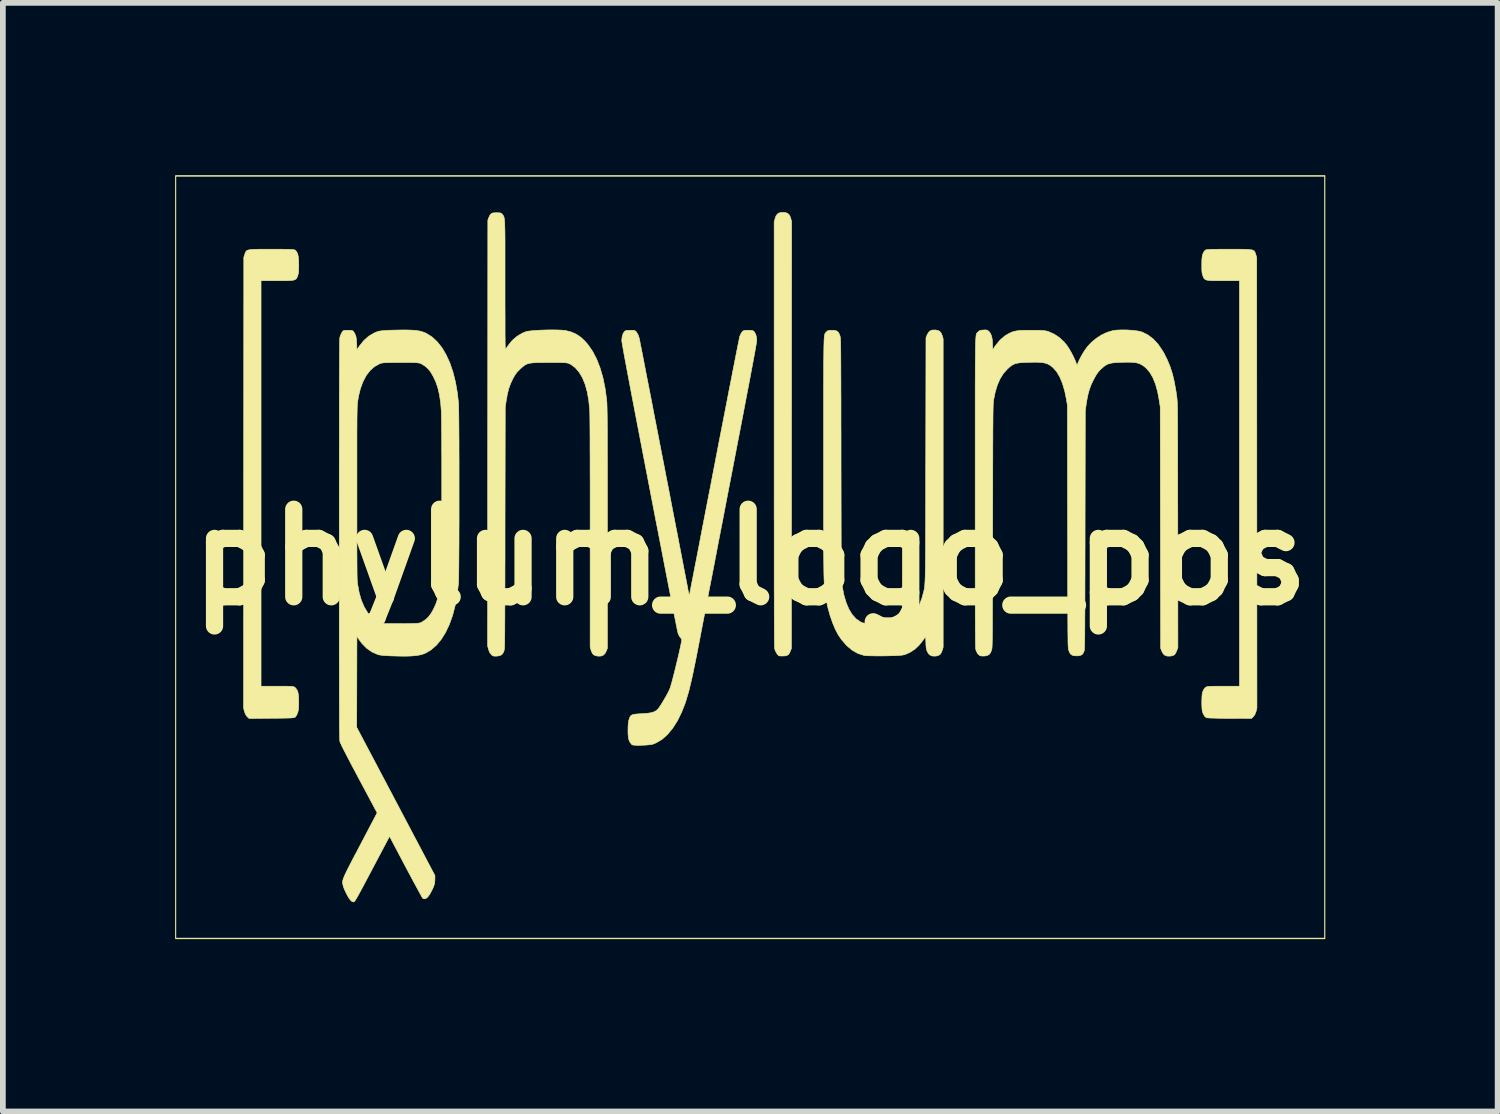
<source format=kicad_pcb>
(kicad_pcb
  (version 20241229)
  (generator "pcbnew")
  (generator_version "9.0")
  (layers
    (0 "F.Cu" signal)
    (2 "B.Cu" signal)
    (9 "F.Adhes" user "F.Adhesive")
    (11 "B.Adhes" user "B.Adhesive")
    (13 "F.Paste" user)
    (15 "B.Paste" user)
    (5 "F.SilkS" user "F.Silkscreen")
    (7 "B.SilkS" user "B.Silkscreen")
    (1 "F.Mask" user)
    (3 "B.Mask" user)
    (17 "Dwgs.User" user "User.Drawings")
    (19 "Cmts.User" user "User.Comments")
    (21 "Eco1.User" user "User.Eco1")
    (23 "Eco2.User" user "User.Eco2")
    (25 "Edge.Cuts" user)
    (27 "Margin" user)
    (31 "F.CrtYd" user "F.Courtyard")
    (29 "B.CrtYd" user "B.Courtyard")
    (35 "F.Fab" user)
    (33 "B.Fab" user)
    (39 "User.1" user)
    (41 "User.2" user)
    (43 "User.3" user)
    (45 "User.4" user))
  (footprint "phylum_logo_pos"
    (layer "F.Cu")
    (at 10.01 6.649)
    (property "Reference" "phylum_logo_pos" (at 0 0 0) (layer "F.SilkS") (effects (font (size 1.524 1.524) (thickness 0.3))))
    (attr through_hole)
    (fp_poly (pts (xy 10.005 6.644) (xy -10.005 6.644) (xy -10.005 -6.631) (xy -9.998 -6.631) (xy -9.998 6.631) (xy 9.998 6.631) (xy 9.998 -6.631) (xy -9.998 -6.631) (xy -10.005 -6.631) (xy -10.005 -6.644) (xy 10.005 -6.644) (xy 10.005 6.644)) (stroke (width 0.01) (type solid)) (fill yes) (layer "F.SilkS"))
    (fp_poly (pts (xy 0.616 -5.998) (xy 0.652 -5.984) (xy 0.678 -5.959) (xy 0.698 -5.921) (xy 0.705 -5.897) (xy 0.72 -5.843) (xy 0.718 -2.127) (xy 0.716 1.589) (xy 0.702 1.626) (xy 0.684 1.666) (xy 0.667 1.692) (xy 0.645 1.708) (xy 0.617 1.717) (xy 0.58 1.72) (xy 0.549 1.72) (xy 0.522 1.72) (xy 0.503 1.717) (xy 0.497 1.716) (xy 0.474 1.694) (xy 0.45 1.657) (xy 0.431 1.614) (xy 0.426 1.596) (xy 0.425 1.589) (xy 0.424 1.574) (xy 0.423 1.553) (xy 0.422 1.523) (xy 0.422 1.484) (xy 0.421 1.435) (xy 0.42 1.376) (xy 0.42 1.304) (xy 0.419 1.22) (xy 0.419 1.122) (xy 0.418 1.01) (xy 0.418 0.882) (xy 0.418 0.739) (xy 0.417 0.578) (xy 0.417 0.399) (xy 0.417 0.202) (xy 0.417 -0.016) (xy 0.417 -0.253) (xy 0.417 -0.513) (xy 0.416 -0.795) (xy 0.416 -1.1) (xy 0.416 -1.429) (xy 0.416 -1.783) (xy 0.416 -2.141) (xy 0.416 -5.834) (xy 0.431 -5.89) (xy 0.447 -5.938) (xy 0.47 -5.971) (xy 0.501 -5.992) (xy 0.542 -6.001) (xy 0.568 -6.002) (xy 0.616 -5.998)) (stroke (width 0.01) (type solid)) (fill yes) (layer "F.SilkS"))
    (fp_poly (pts (xy 8.5 -5.361) (xy 8.564 -5.36) (xy 8.617 -5.359) (xy 8.661 -5.357) (xy 8.696 -5.354) (xy 8.724 -5.35) (xy 8.745 -5.345) (xy 8.761 -5.338) (xy 8.773 -5.328) (xy 8.781 -5.317) (xy 8.788 -5.304) (xy 8.794 -5.288) (xy 8.8 -5.269) (xy 8.816 -5.22) (xy 8.818 -1.296) (xy 8.82 2.628) (xy 8.804 2.687) (xy 8.785 2.738) (xy 8.76 2.774) (xy 8.756 2.777) (xy 8.725 2.807) (xy 8.343 2.806) (xy 8.271 2.806) (xy 8.202 2.805) (xy 8.138 2.804) (xy 8.08 2.802) (xy 8.03 2.801) (xy 7.99 2.799) (xy 7.96 2.797) (xy 7.943 2.795) (xy 7.939 2.794) (xy 7.91 2.769) (xy 7.884 2.724) (xy 7.87 2.684) (xy 7.864 2.646) (xy 7.861 2.583) (xy 7.86 2.524) (xy 7.862 2.441) (xy 7.867 2.38) (xy 7.879 2.335) (xy 7.897 2.3) (xy 7.916 2.276) (xy 7.924 2.269) (xy 7.932 2.263) (xy 7.941 2.258) (xy 7.954 2.254) (xy 7.97 2.251) (xy 7.992 2.249) (xy 8.021 2.247) (xy 8.059 2.247) (xy 8.107 2.246) (xy 8.166 2.246) (xy 8.231 2.246) (xy 8.516 2.246) (xy 8.516 -4.813) (xy 8.228 -4.813) (xy 8.153 -4.813) (xy 8.091 -4.813) (xy 8.039 -4.814) (xy 7.998 -4.816) (xy 7.966 -4.82) (xy 7.941 -4.825) (xy 7.923 -4.832) (xy 7.909 -4.842) (xy 7.898 -4.855) (xy 7.889 -4.871) (xy 7.882 -4.89) (xy 7.876 -4.906) (xy 7.868 -4.93) (xy 7.864 -4.956) (xy 7.861 -4.991) (xy 7.86 -5.042) (xy 7.86 -5.085) (xy 7.861 -5.167) (xy 7.866 -5.228) (xy 7.876 -5.273) (xy 7.892 -5.308) (xy 7.911 -5.334) (xy 7.916 -5.34) (xy 7.922 -5.345) (xy 7.931 -5.349) (xy 7.942 -5.352) (xy 7.957 -5.354) (xy 7.978 -5.356) (xy 8.006 -5.358) (xy 8.041 -5.359) (xy 8.085 -5.36) (xy 8.139 -5.36) (xy 8.204 -5.361) (xy 8.282 -5.361) (xy 8.335 -5.361) (xy 8.424 -5.361) (xy 8.5 -5.361)) (stroke (width 0.01) (type solid)) (fill yes) (layer "F.SilkS"))
    (fp_poly (pts (xy -8.335 -5.361) (xy -8.25 -5.361) (xy -8.177 -5.361) (xy -8.117 -5.36) (xy -8.067 -5.36) (xy -8.026 -5.359) (xy -7.994 -5.357) (xy -7.969 -5.356) (xy -7.951 -5.353) (xy -7.937 -5.351) (xy -7.927 -5.347) (xy -7.92 -5.343) (xy -7.914 -5.338) (xy -7.911 -5.334) (xy -7.889 -5.304) (xy -7.875 -5.268) (xy -7.866 -5.221) (xy -7.861 -5.158) (xy -7.86 -5.085) (xy -7.86 -5.021) (xy -7.862 -4.977) (xy -7.865 -4.945) (xy -7.871 -4.921) (xy -7.876 -4.905) (xy -7.884 -4.883) (xy -7.891 -4.865) (xy -7.9 -4.85) (xy -7.912 -4.839) (xy -7.927 -4.83) (xy -7.948 -4.823) (xy -7.975 -4.819) (xy -8.01 -4.816) (xy -8.054 -4.814) (xy -8.109 -4.813) (xy -8.175 -4.813) (xy -8.229 -4.813) (xy -8.516 -4.813) (xy -8.516 2.246) (xy -8.231 2.246) (xy -8.161 2.246) (xy -8.102 2.246) (xy -8.056 2.247) (xy -8.019 2.247) (xy -7.99 2.249) (xy -7.968 2.251) (xy -7.952 2.254) (xy -7.94 2.258) (xy -7.931 2.263) (xy -7.924 2.269) (xy -7.916 2.276) (xy -7.893 2.305) (xy -7.877 2.341) (xy -7.866 2.388) (xy -7.861 2.451) (xy -7.86 2.528) (xy -7.861 2.606) (xy -7.867 2.664) (xy -7.878 2.709) (xy -7.895 2.747) (xy -7.912 2.773) (xy -7.916 2.779) (xy -7.921 2.784) (xy -7.928 2.788) (xy -7.938 2.792) (xy -7.953 2.794) (xy -7.972 2.797) (xy -7.998 2.799) (xy -8.031 2.8) (xy -8.073 2.801) (xy -8.125 2.802) (xy -8.188 2.803) (xy -8.263 2.804) (xy -8.328 2.804) (xy -8.724 2.808) (xy -8.756 2.778) (xy -8.783 2.743) (xy -8.802 2.695) (xy -8.804 2.687) (xy -8.82 2.628) (xy -8.816 -5.22) (xy -8.8 -5.269) (xy -8.794 -5.288) (xy -8.788 -5.304) (xy -8.781 -5.317) (xy -8.772 -5.329) (xy -8.761 -5.338) (xy -8.745 -5.345) (xy -8.724 -5.35) (xy -8.696 -5.354) (xy -8.661 -5.357) (xy -8.617 -5.359) (xy -8.564 -5.36) (xy -8.5 -5.361) (xy -8.424 -5.361) (xy -8.335 -5.361)) (stroke (width 0.01) (type solid)) (fill yes) (layer "F.SilkS"))
    (fp_poly (pts (xy 3.222 -3.955) (xy 3.265 -3.947) (xy 3.296 -3.933) (xy 3.319 -3.908) (xy 3.337 -3.87) (xy 3.344 -3.849) (xy 3.358 -3.8) (xy 3.358 1.567) (xy 3.344 1.617) (xy 3.327 1.66) (xy 3.307 1.69) (xy 3.28 1.709) (xy 3.242 1.72) (xy 3.222 1.722) (xy 3.173 1.721) (xy 3.134 1.708) (xy 3.103 1.681) (xy 3.08 1.639) (xy 3.078 1.636) (xy 3.068 1.606) (xy 3.062 1.573) (xy 3.058 1.528) (xy 3.057 1.485) (xy 3.053 1.381) (xy 3.003 1.452) (xy 2.935 1.537) (xy 2.861 1.605) (xy 2.778 1.658) (xy 2.699 1.693) (xy 2.681 1.698) (xy 2.659 1.703) (xy 2.631 1.707) (xy 2.595 1.71) (xy 2.552 1.713) (xy 2.499 1.715) (xy 2.434 1.716) (xy 2.357 1.718) (xy 2.342 1.718) (xy 2.276 1.719) (xy 2.212 1.719) (xy 2.152 1.718) (xy 2.098 1.717) (xy 2.051 1.716) (xy 2.014 1.714) (xy 1.989 1.712) (xy 1.983 1.711) (xy 1.876 1.677) (xy 1.774 1.619) (xy 1.679 1.539) (xy 1.59 1.437) (xy 1.532 1.352) (xy 1.483 1.26) (xy 1.435 1.146) (xy 1.391 1.02) (xy 1.353 0.885) (xy 1.324 0.751) (xy 1.317 0.715) (xy 1.312 0.684) (xy 1.307 0.655) (xy 1.303 0.627) (xy 1.299 0.599) (xy 1.296 0.57) (xy 1.293 0.538) (xy 1.29 0.502) (xy 1.288 0.46) (xy 1.286 0.411) (xy 1.284 0.355) (xy 1.282 0.288) (xy 1.281 0.211) (xy 1.28 0.122) (xy 1.279 0.02) (xy 1.278 -0.098) (xy 1.278 -0.231) (xy 1.278 -0.382) (xy 1.277 -0.552) (xy 1.277 -0.742) (xy 1.277 -0.953) (xy 1.277 -1.188) (xy 1.277 -1.446) (xy 1.277 -1.722) (xy 1.277 -2.002) (xy 1.277 -2.257) (xy 1.277 -2.488) (xy 1.277 -2.695) (xy 1.277 -2.881) (xy 1.277 -3.047) (xy 1.278 -3.193) (xy 1.278 -3.321) (xy 1.279 -3.432) (xy 1.28 -3.527) (xy 1.281 -3.609) (xy 1.282 -3.677) (xy 1.284 -3.733) (xy 1.285 -3.779) (xy 1.288 -3.815) (xy 1.29 -3.843) (xy 1.293 -3.864) (xy 1.297 -3.88) (xy 1.301 -3.891) (xy 1.305 -3.899) (xy 1.31 -3.905) (xy 1.315 -3.91) (xy 1.321 -3.916) (xy 1.325 -3.92) (xy 1.339 -3.934) (xy 1.353 -3.943) (xy 1.372 -3.948) (xy 1.399 -3.95) (xy 1.425 -3.95) (xy 1.47 -3.948) (xy 1.503 -3.938) (xy 1.528 -3.92) (xy 1.547 -3.891) (xy 1.563 -3.85) (xy 1.564 -3.843) (xy 1.566 -3.836) (xy 1.568 -3.826) (xy 1.569 -3.813) (xy 1.57 -3.796) (xy 1.572 -3.772) (xy 1.573 -3.742) (xy 1.573 -3.702) (xy 1.574 -3.653) (xy 1.575 -3.593) (xy 1.576 -3.521) (xy 1.576 -3.436) (xy 1.577 -3.335) (xy 1.577 -3.219) (xy 1.578 -3.085) (xy 1.578 -2.933) (xy 1.579 -2.761) (xy 1.579 -2.568) (xy 1.579 -2.353) (xy 1.58 -2.114) (xy 1.58 -1.85) (xy 1.58 -1.704) (xy 1.584 0.394) (xy 1.6 0.501) (xy 1.629 0.654) (xy 1.668 0.788) (xy 1.716 0.903) (xy 1.774 0.998) (xy 1.84 1.072) (xy 1.916 1.125) (xy 1.93 1.132) (xy 1.943 1.138) (xy 1.957 1.143) (xy 1.974 1.147) (xy 1.995 1.15) (xy 2.021 1.152) (xy 2.054 1.154) (xy 2.095 1.155) (xy 2.145 1.156) (xy 2.207 1.156) (xy 2.281 1.156) (xy 2.304 1.156) (xy 2.38 1.156) (xy 2.444 1.156) (xy 2.496 1.155) (xy 2.539 1.154) (xy 2.573 1.153) (xy 2.6 1.151) (xy 2.621 1.148) (xy 2.639 1.145) (xy 2.653 1.14) (xy 2.667 1.135) (xy 2.68 1.128) (xy 2.685 1.126) (xy 2.762 1.073) (xy 2.833 1.004) (xy 2.895 0.92) (xy 2.947 0.823) (xy 2.988 0.716) (xy 2.999 0.677) (xy 3.005 0.651) (xy 3.012 0.629) (xy 3.017 0.608) (xy 3.022 0.588) (xy 3.027 0.567) (xy 3.031 0.544) (xy 3.035 0.518) (xy 3.038 0.487) (xy 3.04 0.451) (xy 3.043 0.407) (xy 3.045 0.354) (xy 3.047 0.292) (xy 3.048 0.218) (xy 3.049 0.132) (xy 3.05 0.033) (xy 3.051 -0.082) (xy 3.052 -0.213) (xy 3.052 -0.362) (xy 3.053 -0.529) (xy 3.053 -0.717) (xy 3.054 -0.926) (xy 3.054 -1.158) (xy 3.054 -1.414) (xy 3.055 -1.695) (xy 3.055 -1.706) (xy 3.059 -3.819) (xy 3.078 -3.867) (xy 3.101 -3.91) (xy 3.13 -3.939) (xy 3.168 -3.953) (xy 3.215 -3.955) (xy 3.222 -3.955)) (stroke (width 0.01) (type solid)) (fill yes) (layer "F.SilkS"))
    (fp_poly (pts (xy -4.382 -5.995) (xy -4.357 -5.993) (xy -4.339 -5.989) (xy -4.327 -5.981) (xy -4.316 -5.969) (xy -4.314 -5.966) (xy -4.306 -5.956) (xy -4.299 -5.946) (xy -4.293 -5.936) (xy -4.288 -5.923) (xy -4.284 -5.906) (xy -4.28 -5.883) (xy -4.277 -5.852) (xy -4.274 -5.812) (xy -4.273 -5.76) (xy -4.271 -5.696) (xy -4.27 -5.617) (xy -4.269 -5.522) (xy -4.269 -5.409) (xy -4.269 -5.276) (xy -4.269 -5.121) (xy -4.269 -4.943) (xy -4.269 -4.741) (xy -4.269 -4.725) (xy -4.269 -4.527) (xy -4.269 -4.353) (xy -4.268 -4.203) (xy -4.268 -4.074) (xy -4.268 -3.966) (xy -4.268 -3.876) (xy -4.267 -3.803) (xy -4.267 -3.744) (xy -4.266 -3.7) (xy -4.265 -3.667) (xy -4.264 -3.645) (xy -4.262 -3.631) (xy -4.261 -3.624) (xy -4.259 -3.622) (xy -4.256 -3.623) (xy -4.256 -3.625) (xy -4.243 -3.643) (xy -4.224 -3.67) (xy -4.208 -3.693) (xy -4.14 -3.776) (xy -4.061 -3.844) (xy -3.971 -3.898) (xy -3.909 -3.924) (xy -3.884 -3.931) (xy -3.847 -3.936) (xy -3.8 -3.941) (xy -3.745 -3.946) (xy -3.684 -3.95) (xy -3.619 -3.953) (xy -3.552 -3.955) (xy -3.484 -3.956) (xy -3.419 -3.956) (xy -3.358 -3.955) (xy -3.303 -3.953) (xy -3.256 -3.95) (xy -3.219 -3.946) (xy -3.214 -3.945) (xy -3.117 -3.92) (xy -3.03 -3.882) (xy -2.95 -3.828) (xy -2.873 -3.756) (xy -2.822 -3.696) (xy -2.743 -3.581) (xy -2.673 -3.447) (xy -2.614 -3.294) (xy -2.565 -3.126) (xy -2.527 -2.941) (xy -2.5 -2.742) (xy -2.499 -2.734) (xy -2.498 -2.716) (xy -2.496 -2.696) (xy -2.495 -2.673) (xy -2.494 -2.644) (xy -2.493 -2.609) (xy -2.492 -2.566) (xy -2.491 -2.515) (xy -2.49 -2.453) (xy -2.489 -2.379) (xy -2.489 -2.293) (xy -2.488 -2.193) (xy -2.488 -2.077) (xy -2.488 -1.945) (xy -2.488 -1.795) (xy -2.487 -1.625) (xy -2.487 -1.435) (xy -2.487 -1.223) (xy -2.487 -0.988) (xy -2.487 -0.728) (xy -2.487 -0.514) (xy -2.487 1.586) (xy -2.506 1.634) (xy -2.529 1.678) (xy -2.559 1.706) (xy -2.596 1.721) (xy -2.644 1.723) (xy -2.651 1.722) (xy -2.693 1.715) (xy -2.725 1.7) (xy -2.748 1.675) (xy -2.765 1.638) (xy -2.772 1.617) (xy -2.787 1.567) (xy -2.787 -0.437) (xy -2.787 -0.735) (xy -2.787 -1.014) (xy -2.787 -1.271) (xy -2.788 -1.506) (xy -2.788 -1.719) (xy -2.789 -1.909) (xy -2.789 -2.076) (xy -2.79 -2.22) (xy -2.791 -2.338) (xy -2.792 -2.432) (xy -2.793 -2.501) (xy -2.794 -2.543) (xy -2.794 -2.554) (xy -2.811 -2.723) (xy -2.837 -2.875) (xy -2.874 -3.008) (xy -2.921 -3.123) (xy -2.978 -3.219) (xy -3.044 -3.296) (xy -3.12 -3.353) (xy -3.129 -3.358) (xy -3.143 -3.365) (xy -3.156 -3.371) (xy -3.169 -3.376) (xy -3.185 -3.38) (xy -3.204 -3.383) (xy -3.228 -3.385) (xy -3.258 -3.387) (xy -3.296 -3.388) (xy -3.343 -3.388) (xy -3.401 -3.389) (xy -3.471 -3.389) (xy -3.51 -3.389) (xy -3.592 -3.388) (xy -3.662 -3.388) (xy -3.721 -3.387) (xy -3.77 -3.384) (xy -3.811 -3.38) (xy -3.845 -3.375) (xy -3.875 -3.367) (xy -3.901 -3.356) (xy -3.925 -3.342) (xy -3.948 -3.326) (xy -3.972 -3.305) (xy -4 -3.281) (xy -4.014 -3.267) (xy -4.052 -3.229) (xy -4.083 -3.19) (xy -4.112 -3.144) (xy -4.134 -3.103) (xy -4.173 -3.02) (xy -4.204 -2.934) (xy -4.228 -2.838) (xy -4.248 -2.724) (xy -4.249 -2.718) (xy -4.265 -2.614) (xy -4.269 -0.515) (xy -4.269 -0.237) (xy -4.269 0.014) (xy -4.27 0.242) (xy -4.27 0.447) (xy -4.271 0.629) (xy -4.271 0.792) (xy -4.272 0.935) (xy -4.272 1.06) (xy -4.273 1.169) (xy -4.273 1.262) (xy -4.274 1.341) (xy -4.275 1.407) (xy -4.275 1.461) (xy -4.276 1.505) (xy -4.277 1.54) (xy -4.278 1.567) (xy -4.279 1.587) (xy -4.281 1.602) (xy -4.282 1.612) (xy -4.284 1.62) (xy -4.285 1.626) (xy -4.301 1.665) (xy -4.321 1.692) (xy -4.347 1.709) (xy -4.384 1.719) (xy -4.41 1.722) (xy -4.443 1.723) (xy -4.466 1.721) (xy -4.484 1.715) (xy -4.5 1.704) (xy -4.508 1.695) (xy -4.536 1.659) (xy -4.555 1.609) (xy -4.556 1.605) (xy -4.572 1.545) (xy -4.57 -2.161) (xy -4.568 -5.867) (xy -4.554 -5.904) (xy -4.538 -5.941) (xy -4.522 -5.967) (xy -4.504 -5.983) (xy -4.48 -5.992) (xy -4.448 -5.995) (xy -4.418 -5.996) (xy -4.382 -5.995)) (stroke (width 0.01) (type solid)) (fill yes) (layer "F.SilkS"))
    (fp_poly (pts (xy 0.002 -3.95) (xy 0.029 -3.947) (xy 0.047 -3.941) (xy 0.061 -3.932) (xy 0.068 -3.925) (xy 0.095 -3.88) (xy 0.11 -3.821) (xy 0.113 -3.772) (xy 0.111 -3.755) (xy 0.106 -3.72) (xy 0.097 -3.667) (xy 0.084 -3.594) (xy 0.067 -3.501) (xy 0.046 -3.388) (xy 0.021 -3.255) (xy -0.008 -3.1) (xy -0.042 -2.923) (xy -0.08 -2.725) (xy -0.122 -2.503) (xy -0.169 -2.258) (xy -0.221 -1.99) (xy -0.277 -1.698) (xy -0.325 -1.448) (xy -0.373 -1.202) (xy -0.42 -0.957) (xy -0.466 -0.716) (xy -0.512 -0.479) (xy -0.557 -0.248) (xy -0.599 -0.026) (xy -0.64 0.187) (xy -0.679 0.388) (xy -0.716 0.576) (xy -0.749 0.75) (xy -0.779 0.907) (xy -0.806 1.046) (xy -0.829 1.165) (xy -0.848 1.263) (xy -0.862 1.337) (xy -0.864 1.35) (xy -0.898 1.524) (xy -0.927 1.676) (xy -0.953 1.807) (xy -0.977 1.921) (xy -0.997 2.02) (xy -1.016 2.107) (xy -1.034 2.185) (xy -1.051 2.256) (xy -1.067 2.322) (xy -1.072 2.34) (xy -1.128 2.529) (xy -1.194 2.698) (xy -1.268 2.848) (xy -1.35 2.977) (xy -1.439 3.085) (xy -1.534 3.17) (xy -1.636 3.231) (xy -1.696 3.255) (xy -1.72 3.261) (xy -1.753 3.265) (xy -1.793 3.269) (xy -1.838 3.272) (xy -1.884 3.274) (xy -1.93 3.275) (xy -1.972 3.275) (xy -2.009 3.273) (xy -2.038 3.271) (xy -2.056 3.266) (xy -2.06 3.264) (xy -2.092 3.224) (xy -2.114 3.176) (xy -2.122 3.136) (xy -2.127 3.078) (xy -2.128 3.011) (xy -2.127 2.943) (xy -2.122 2.883) (xy -2.114 2.838) (xy -2.113 2.836) (xy -2.103 2.805) (xy -2.094 2.782) (xy -2.083 2.764) (xy -2.068 2.751) (xy -2.048 2.742) (xy -2.021 2.735) (xy -1.985 2.731) (xy -1.938 2.727) (xy -1.892 2.725) (xy -1.825 2.72) (xy -1.769 2.715) (xy -1.724 2.707) (xy -1.688 2.697) (xy -1.658 2.684) (xy -1.633 2.668) (xy -1.614 2.652) (xy -1.594 2.628) (xy -1.567 2.589) (xy -1.535 2.539) (xy -1.502 2.483) (xy -1.468 2.426) (xy -1.438 2.37) (xy -1.413 2.32) (xy -1.396 2.282) (xy -1.392 2.27) (xy -1.378 2.222) (xy -1.36 2.158) (xy -1.34 2.081) (xy -1.318 1.996) (xy -1.296 1.906) (xy -1.274 1.814) (xy -1.252 1.725) (xy -1.233 1.642) (xy -1.217 1.567) (xy -1.204 1.506) (xy -1.195 1.462) (xy -1.192 1.438) (xy -1.198 1.423) (xy -1.212 1.403) (xy -1.218 1.397) (xy -1.237 1.369) (xy -1.255 1.33) (xy -1.259 1.317) (xy -1.263 1.3) (xy -1.272 1.258) (xy -1.285 1.194) (xy -1.302 1.108) (xy -1.323 1.002) (xy -1.348 0.877) (xy -1.376 0.734) (xy -1.407 0.575) (xy -1.441 0.4) (xy -1.478 0.212) (xy -1.517 0.01) (xy -1.558 -0.203) (xy -1.601 -0.426) (xy -1.647 -0.659) (xy -1.693 -0.899) (xy -1.741 -1.147) (xy -1.756 -1.227) (xy -1.819 -1.553) (xy -1.877 -1.854) (xy -1.93 -2.131) (xy -1.979 -2.384) (xy -2.023 -2.614) (xy -2.063 -2.822) (xy -2.098 -3.008) (xy -2.129 -3.172) (xy -2.156 -3.316) (xy -2.179 -3.438) (xy -2.198 -3.541) (xy -2.213 -3.625) (xy -2.224 -3.689) (xy -2.232 -3.735) (xy -2.236 -3.763) (xy -2.237 -3.772) (xy -2.23 -3.84) (xy -2.212 -3.895) (xy -2.192 -3.925) (xy -2.179 -3.937) (xy -2.164 -3.944) (xy -2.142 -3.948) (xy -2.112 -3.95) (xy -2.088 -3.95) (xy -2.052 -3.95) (xy -2.027 -3.948) (xy -2.01 -3.944) (xy -1.997 -3.935) (xy -1.984 -3.922) (xy -1.978 -3.914) (xy -1.952 -3.87) (xy -1.935 -3.821) (xy -1.931 -3.804) (xy -1.923 -3.764) (xy -1.911 -3.701) (xy -1.894 -3.618) (xy -1.874 -3.517) (xy -1.851 -3.397) (xy -1.825 -3.262) (xy -1.796 -3.113) (xy -1.764 -2.951) (xy -1.73 -2.777) (xy -1.695 -2.594) (xy -1.658 -2.402) (xy -1.619 -2.204) (xy -1.58 -2.001) (xy -1.54 -1.795) (xy -1.499 -1.586) (xy -1.459 -1.377) (xy -1.418 -1.169) (xy -1.379 -0.963) (xy -1.34 -0.762) (xy -1.302 -0.566) (xy -1.265 -0.378) (xy -1.231 -0.198) (xy -1.198 -0.029) (xy -1.168 0.128) (xy -1.14 0.273) (xy -1.115 0.402) (xy -1.093 0.515) (xy -1.085 0.561) (xy -1.074 0.615) (xy -1.067 0.646) (xy -1.063 0.658) (xy -1.059 0.655) (xy -1.055 0.639) (xy -1.054 0.635) (xy -1.051 0.618) (xy -1.043 0.578) (xy -1.031 0.515) (xy -1.015 0.431) (xy -0.994 0.327) (xy -0.971 0.204) (xy -0.943 0.064) (xy -0.913 -0.092) (xy -0.88 -0.263) (xy -0.845 -0.447) (xy -0.807 -0.643) (xy -0.767 -0.85) (xy -0.725 -1.066) (xy -0.681 -1.291) (xy -0.637 -1.523) (xy -0.621 -1.604) (xy -0.576 -1.838) (xy -0.532 -2.065) (xy -0.489 -2.285) (xy -0.448 -2.495) (xy -0.409 -2.696) (xy -0.373 -2.884) (xy -0.338 -3.06) (xy -0.307 -3.221) (xy -0.278 -3.367) (xy -0.253 -3.496) (xy -0.231 -3.607) (xy -0.213 -3.699) (xy -0.198 -3.769) (xy -0.189 -3.818) (xy -0.183 -3.843) (xy -0.182 -3.846) (xy -0.167 -3.881) (xy -0.147 -3.914) (xy -0.143 -3.92) (xy -0.13 -3.933) (xy -0.116 -3.942) (xy -0.099 -3.947) (xy -0.074 -3.95) (xy -0.039 -3.95) (xy -0.035 -3.95) (xy 0.002 -3.95)) (stroke (width 0.01) (type solid)) (fill yes) (layer "F.SilkS"))
    (fp_poly (pts (xy 6.558 -3.955) (xy 6.623 -3.951) (xy 6.685 -3.945) (xy 6.741 -3.938) (xy 6.789 -3.928) (xy 6.825 -3.917) (xy 6.826 -3.917) (xy 6.924 -3.867) (xy 7.013 -3.8) (xy 7.094 -3.714) (xy 7.168 -3.607) (xy 7.201 -3.553) (xy 7.259 -3.437) (xy 7.308 -3.318) (xy 7.349 -3.191) (xy 7.382 -3.05) (xy 7.411 -2.891) (xy 7.425 -2.794) (xy 7.427 -2.779) (xy 7.428 -2.764) (xy 7.43 -2.747) (xy 7.431 -2.728) (xy 7.433 -2.705) (xy 7.434 -2.677) (xy 7.435 -2.642) (xy 7.436 -2.6) (xy 7.437 -2.548) (xy 7.437 -2.487) (xy 7.438 -2.413) (xy 7.439 -2.327) (xy 7.439 -2.226) (xy 7.439 -2.11) (xy 7.44 -1.977) (xy 7.44 -1.827) (xy 7.44 -1.656) (xy 7.441 -1.465) (xy 7.441 -1.252) (xy 7.441 -1.016) (xy 7.442 -0.756) (xy 7.442 -0.554) (xy 7.444 1.573) (xy 7.428 1.617) (xy 7.41 1.661) (xy 7.391 1.691) (xy 7.368 1.709) (xy 7.337 1.718) (xy 7.309 1.722) (xy 7.26 1.722) (xy 7.221 1.71) (xy 7.191 1.685) (xy 7.168 1.645) (xy 7.163 1.634) (xy 7.144 1.586) (xy 7.14 -0.514) (xy 7.137 -2.614) (xy 7.121 -2.72) (xy 7.092 -2.877) (xy 7.055 -3.011) (xy 7.009 -3.125) (xy 6.954 -3.219) (xy 6.89 -3.293) (xy 6.845 -3.329) (xy 6.815 -3.348) (xy 6.785 -3.364) (xy 6.754 -3.375) (xy 6.719 -3.384) (xy 6.679 -3.39) (xy 6.631 -3.393) (xy 6.574 -3.394) (xy 6.505 -3.393) (xy 6.476 -3.392) (xy 6.407 -3.39) (xy 6.35 -3.386) (xy 6.303 -3.381) (xy 6.264 -3.373) (xy 6.23 -3.363) (xy 6.199 -3.348) (xy 6.169 -3.329) (xy 6.139 -3.304) (xy 6.105 -3.274) (xy 6.103 -3.272) (xy 6.073 -3.242) (xy 6.046 -3.209) (xy 6.02 -3.169) (xy 5.99 -3.116) (xy 5.979 -3.095) (xy 5.935 -3.005) (xy 5.902 -2.915) (xy 5.876 -2.819) (xy 5.855 -2.708) (xy 5.848 -2.66) (xy 5.832 -2.547) (xy 5.828 -0.475) (xy 5.828 -0.199) (xy 5.827 0.051) (xy 5.827 0.276) (xy 5.826 0.479) (xy 5.826 0.66) (xy 5.825 0.821) (xy 5.825 0.962) (xy 5.824 1.086) (xy 5.824 1.192) (xy 5.823 1.284) (xy 5.823 1.361) (xy 5.822 1.426) (xy 5.821 1.479) (xy 5.82 1.521) (xy 5.819 1.555) (xy 5.818 1.58) (xy 5.817 1.6) (xy 5.816 1.613) (xy 5.814 1.623) (xy 5.813 1.63) (xy 5.811 1.635) (xy 5.796 1.67) (xy 5.778 1.694) (xy 5.753 1.708) (xy 5.721 1.716) (xy 5.68 1.718) (xy 5.635 1.715) (xy 5.602 1.705) (xy 5.577 1.687) (xy 5.558 1.658) (xy 5.542 1.617) (xy 5.54 1.611) (xy 5.539 1.603) (xy 5.537 1.594) (xy 5.536 1.581) (xy 5.535 1.563) (xy 5.533 1.54) (xy 5.532 1.509) (xy 5.531 1.47) (xy 5.531 1.421) (xy 5.53 1.361) (xy 5.529 1.289) (xy 5.529 1.204) (xy 5.528 1.103) (xy 5.528 0.987) (xy 5.527 0.854) (xy 5.527 0.702) (xy 5.526 0.53) (xy 5.526 0.337) (xy 5.526 0.122) (xy 5.525 -0.116) (xy 5.525 -0.38) (xy 5.524 -0.535) (xy 5.521 -2.64) (xy 5.505 -2.741) (xy 5.474 -2.892) (xy 5.435 -3.024) (xy 5.388 -3.137) (xy 5.334 -3.228) (xy 5.276 -3.295) (xy 5.244 -3.322) (xy 5.213 -3.344) (xy 5.182 -3.361) (xy 5.148 -3.374) (xy 5.11 -3.383) (xy 5.065 -3.389) (xy 5.012 -3.393) (xy 4.948 -3.394) (xy 4.873 -3.392) (xy 4.865 -3.392) (xy 4.794 -3.39) (xy 4.735 -3.387) (xy 4.686 -3.383) (xy 4.645 -3.376) (xy 4.61 -3.367) (xy 4.58 -3.355) (xy 4.552 -3.338) (xy 4.524 -3.318) (xy 4.494 -3.292) (xy 4.477 -3.276) (xy 4.407 -3.198) (xy 4.349 -3.105) (xy 4.301 -2.996) (xy 4.263 -2.868) (xy 4.236 -2.732) (xy 4.234 -2.72) (xy 4.233 -2.706) (xy 4.231 -2.689) (xy 4.23 -2.667) (xy 4.229 -2.638) (xy 4.228 -2.603) (xy 4.227 -2.558) (xy 4.226 -2.504) (xy 4.225 -2.438) (xy 4.225 -2.361) (xy 4.224 -2.269) (xy 4.223 -2.162) (xy 4.223 -2.039) (xy 4.222 -1.899) (xy 4.222 -1.74) (xy 4.221 -1.56) (xy 4.221 -1.36) (xy 4.221 -1.137) (xy 4.22 -0.89) (xy 4.22 -0.617) (xy 4.219 -0.541) (xy 4.219 -0.263) (xy 4.218 -0.011) (xy 4.218 0.217) (xy 4.218 0.422) (xy 4.217 0.606) (xy 4.217 0.769) (xy 4.216 0.913) (xy 4.216 1.039) (xy 4.215 1.148) (xy 4.215 1.242) (xy 4.214 1.321) (xy 4.214 1.388) (xy 4.213 1.443) (xy 4.212 1.488) (xy 4.211 1.523) (xy 4.21 1.551) (xy 4.209 1.571) (xy 4.207 1.587) (xy 4.206 1.598) (xy 4.204 1.607) (xy 4.202 1.613) (xy 4.201 1.617) (xy 4.184 1.661) (xy 4.162 1.691) (xy 4.133 1.709) (xy 4.093 1.719) (xy 4.075 1.72) (xy 4.044 1.721) (xy 4.017 1.719) (xy 3.997 1.714) (xy 3.993 1.712) (xy 3.958 1.679) (xy 3.933 1.631) (xy 3.927 1.611) (xy 3.926 1.604) (xy 3.924 1.593) (xy 3.923 1.577) (xy 3.922 1.555) (xy 3.921 1.526) (xy 3.921 1.489) (xy 3.92 1.442) (xy 3.919 1.385) (xy 3.919 1.317) (xy 3.918 1.235) (xy 3.918 1.141) (xy 3.917 1.031) (xy 3.917 0.906) (xy 3.917 0.763) (xy 3.916 0.603) (xy 3.916 0.423) (xy 3.916 0.223) (xy 3.916 0.002) (xy 3.916 -0.241) (xy 3.916 -0.508) (xy 3.916 -0.799) (xy 3.916 -1.116) (xy 3.916 -1.436) (xy 3.916 -1.73) (xy 3.916 -1.999) (xy 3.916 -2.245) (xy 3.916 -2.468) (xy 3.916 -2.671) (xy 3.916 -2.853) (xy 3.916 -3.015) (xy 3.917 -3.16) (xy 3.917 -3.288) (xy 3.918 -3.4) (xy 3.919 -3.497) (xy 3.92 -3.581) (xy 3.921 -3.651) (xy 3.922 -3.711) (xy 3.924 -3.76) (xy 3.926 -3.799) (xy 3.928 -3.831) (xy 3.931 -3.855) (xy 3.934 -3.873) (xy 3.937 -3.886) (xy 3.941 -3.895) (xy 3.945 -3.901) (xy 3.949 -3.906) (xy 3.954 -3.91) (xy 3.959 -3.914) (xy 3.964 -3.92) (xy 3.98 -3.935) (xy 3.998 -3.945) (xy 4.023 -3.951) (xy 4.057 -3.954) (xy 4.09 -3.956) (xy 4.113 -3.954) (xy 4.131 -3.948) (xy 4.147 -3.936) (xy 4.156 -3.928) (xy 4.183 -3.893) (xy 4.201 -3.847) (xy 4.213 -3.787) (xy 4.218 -3.71) (xy 4.221 -3.613) (xy 4.271 -3.686) (xy 4.347 -3.778) (xy 4.43 -3.85) (xy 4.48 -3.881) (xy 4.514 -3.899) (xy 4.545 -3.914) (xy 4.576 -3.925) (xy 4.609 -3.934) (xy 4.644 -3.94) (xy 4.686 -3.945) (xy 4.734 -3.948) (xy 4.792 -3.949) (xy 4.862 -3.95) (xy 4.889 -3.95) (xy 4.957 -3.95) (xy 5.013 -3.949) (xy 5.059 -3.947) (xy 5.095 -3.945) (xy 5.126 -3.942) (xy 5.152 -3.938) (xy 5.174 -3.932) (xy 5.196 -3.925) (xy 5.293 -3.881) (xy 5.383 -3.821) (xy 5.464 -3.745) (xy 5.514 -3.684) (xy 5.547 -3.634) (xy 5.584 -3.571) (xy 5.62 -3.502) (xy 5.651 -3.436) (xy 5.664 -3.404) (xy 5.689 -3.339) (xy 5.703 -3.377) (xy 5.725 -3.427) (xy 5.755 -3.486) (xy 5.789 -3.547) (xy 5.826 -3.605) (xy 5.861 -3.653) (xy 5.866 -3.66) (xy 5.939 -3.739) (xy 6.023 -3.809) (xy 6.113 -3.867) (xy 6.207 -3.912) (xy 6.302 -3.941) (xy 6.324 -3.945) (xy 6.373 -3.952) (xy 6.43 -3.955) (xy 6.493 -3.956) (xy 6.558 -3.955)) (stroke (width 0.01) (type solid)) (fill yes) (layer "F.SilkS"))
    (fp_poly (pts (xy -5.915 -3.953) (xy -5.854 -3.95) (xy -5.801 -3.944) (xy -5.754 -3.936) (xy -5.713 -3.925) (xy -5.675 -3.912) (xy -5.639 -3.896) (xy -5.54 -3.834) (xy -5.45 -3.751) (xy -5.367 -3.647) (xy -5.294 -3.523) (xy -5.229 -3.381) (xy -5.175 -3.222) (xy -5.131 -3.047) (xy -5.098 -2.858) (xy -5.079 -2.686) (xy -5.077 -2.653) (xy -5.076 -2.595) (xy -5.074 -2.515) (xy -5.073 -2.415) (xy -5.072 -2.296) (xy -5.071 -2.163) (xy -5.07 -2.015) (xy -5.07 -1.856) (xy -5.069 -1.688) (xy -5.069 -1.513) (xy -5.069 -1.333) (xy -5.069 -1.151) (xy -5.069 -0.968) (xy -5.069 -0.787) (xy -5.069 -0.61) (xy -5.07 -0.439) (xy -5.07 -0.276) (xy -5.071 -0.124) (xy -5.072 0.015) (xy -5.073 0.14) (xy -5.074 0.247) (xy -5.075 0.335) (xy -5.077 0.401) (xy -5.078 0.444) (xy -5.079 0.453) (xy -5.102 0.655) (xy -5.137 0.842) (xy -5.182 1.015) (xy -5.238 1.171) (xy -5.304 1.31) (xy -5.379 1.431) (xy -5.463 1.532) (xy -5.555 1.612) (xy -5.639 1.663) (xy -5.675 1.679) (xy -5.714 1.693) (xy -5.756 1.703) (xy -5.803 1.711) (xy -5.856 1.717) (xy -5.918 1.721) (xy -5.989 1.723) (xy -6.072 1.723) (xy -6.157 1.721) (xy -6.235 1.719) (xy -6.301 1.716) (xy -6.355 1.713) (xy -6.399 1.71) (xy -6.435 1.705) (xy -6.463 1.7) (xy -6.486 1.694) (xy -6.488 1.693) (xy -6.588 1.648) (xy -6.679 1.584) (xy -6.76 1.501) (xy -6.804 1.442) (xy -6.847 1.378) (xy -6.849 2.17) (xy -6.851 2.961) (xy -6.17 4.251) (xy -5.489 5.542) (xy -5.489 5.597) (xy -5.491 5.644) (xy -5.496 5.684) (xy -5.508 5.723) (xy -5.527 5.769) (xy -5.54 5.795) (xy -5.581 5.872) (xy -5.62 5.922) (xy -5.655 5.947) (xy -5.688 5.945) (xy -5.703 5.934) (xy -5.711 5.922) (xy -5.728 5.893) (xy -5.752 5.848) (xy -5.784 5.79) (xy -5.822 5.72) (xy -5.866 5.64) (xy -5.913 5.551) (xy -5.964 5.456) (xy -5.999 5.39) (xy -6.279 4.86) (xy -6.581 5.431) (xy -6.644 5.55) (xy -6.697 5.65) (xy -6.742 5.735) (xy -6.78 5.805) (xy -6.811 5.862) (xy -6.836 5.907) (xy -6.855 5.941) (xy -6.871 5.966) (xy -6.882 5.983) (xy -6.892 5.994) (xy -6.899 6) (xy -6.905 6.002) (xy -6.908 6.002) (xy -6.934 5.993) (xy -6.963 5.966) (xy -6.964 5.964) (xy -6.99 5.928) (xy -7.017 5.88) (xy -7.044 5.827) (xy -7.068 5.775) (xy -7.084 5.729) (xy -7.088 5.714) (xy -7.092 5.695) (xy -7.095 5.677) (xy -7.096 5.659) (xy -7.095 5.64) (xy -7.09 5.617) (xy -7.081 5.59) (xy -7.068 5.556) (xy -7.049 5.515) (xy -7.025 5.464) (xy -6.993 5.401) (xy -6.955 5.327) (xy -6.909 5.237) (xy -6.853 5.133) (xy -6.792 5.016) (xy -6.495 4.45) (xy -6.814 3.853) (xy -6.886 3.717) (xy -6.949 3.599) (xy -7.002 3.497) (xy -7.046 3.412) (xy -7.082 3.343) (xy -7.109 3.288) (xy -7.128 3.246) (xy -7.14 3.219) (xy -7.144 3.206) (xy -7.145 3.198) (xy -7.146 3.185) (xy -7.147 3.167) (xy -7.148 3.142) (xy -7.149 3.109) (xy -7.149 3.067) (xy -7.15 3.015) (xy -7.151 2.953) (xy -7.151 2.88) (xy -7.152 2.794) (xy -7.152 2.694) (xy -7.152 2.581) (xy -7.153 2.451) (xy -7.153 2.306) (xy -7.153 2.143) (xy -7.153 1.963) (xy -7.154 1.763) (xy -7.154 1.543) (xy -7.154 1.303) (xy -7.154 1.04) (xy -7.154 0.755) (xy -7.154 0.446) (xy -7.154 0.112) (xy -7.154 -0.248) (xy -7.154 -0.31) (xy -7.154 -0.69) (xy -7.154 -1.044) (xy -7.154 -1.179) (xy -6.847 -1.179) (xy -6.847 -1.116) (xy -6.847 -0.883) (xy -6.847 -0.676) (xy -6.847 -0.492) (xy -6.847 -0.33) (xy -6.847 -0.188) (xy -6.847 -0.066) (xy -6.846 0.039) (xy -6.846 0.128) (xy -6.845 0.203) (xy -6.845 0.265) (xy -6.844 0.315) (xy -6.843 0.356) (xy -6.842 0.389) (xy -6.84 0.416) (xy -6.839 0.437) (xy -6.837 0.455) (xy -6.835 0.471) (xy -6.834 0.475) (xy -6.807 0.622) (xy -6.769 0.753) (xy -6.72 0.867) (xy -6.661 0.964) (xy -6.648 0.981) (xy -6.598 1.036) (xy -6.546 1.08) (xy -6.487 1.116) (xy -6.419 1.146) (xy -6.392 1.155) (xy -6.382 1.156) (xy -6.359 1.157) (xy -6.324 1.157) (xy -6.281 1.158) (xy -6.229 1.158) (xy -6.171 1.158) (xy -6.108 1.158) (xy -6.068 1.158) (xy -5.994 1.157) (xy -5.932 1.156) (xy -5.882 1.155) (xy -5.841 1.154) (xy -5.809 1.152) (xy -5.783 1.15) (xy -5.763 1.147) (xy -5.747 1.143) (xy -5.734 1.138) (xy -5.721 1.132) (xy -5.709 1.125) (xy -5.65 1.086) (xy -5.601 1.039) (xy -5.556 0.979) (xy -5.517 0.911) (xy -5.471 0.81) (xy -5.435 0.701) (xy -5.407 0.578) (xy -5.388 0.439) (xy -5.377 0.294) (xy -5.375 0.259) (xy -5.374 0.199) (xy -5.373 0.118) (xy -5.372 0.016) (xy -5.372 -0.103) (xy -5.371 -0.236) (xy -5.371 -0.383) (xy -5.37 -0.539) (xy -5.37 -0.704) (xy -5.37 -0.874) (xy -5.37 -1.048) (xy -5.37 -1.222) (xy -5.37 -1.395) (xy -5.37 -1.564) (xy -5.37 -1.728) (xy -5.371 -1.882) (xy -5.371 -2.026) (xy -5.372 -2.157) (xy -5.373 -2.272) (xy -5.374 -2.369) (xy -5.375 -2.446) (xy -5.376 -2.501) (xy -5.377 -2.527) (xy -5.389 -2.684) (xy -5.409 -2.822) (xy -5.437 -2.943) (xy -5.474 -3.052) (xy -5.517 -3.143) (xy -5.56 -3.218) (xy -5.605 -3.276) (xy -5.654 -3.321) (xy -5.713 -3.359) (xy -5.726 -3.366) (xy -5.739 -3.372) (xy -5.753 -3.377) (xy -5.769 -3.38) (xy -5.788 -3.383) (xy -5.813 -3.386) (xy -5.845 -3.387) (xy -5.884 -3.388) (xy -5.933 -3.389) (xy -5.992 -3.389) (xy -6.064 -3.389) (xy -6.085 -3.389) (xy -6.162 -3.389) (xy -6.226 -3.388) (xy -6.279 -3.388) (xy -6.322 -3.387) (xy -6.357 -3.385) (xy -6.385 -3.383) (xy -6.407 -3.38) (xy -6.425 -3.376) (xy -6.441 -3.371) (xy -6.456 -3.365) (xy -6.459 -3.364) (xy -6.545 -3.315) (xy -6.62 -3.247) (xy -6.686 -3.161) (xy -6.741 -3.056) (xy -6.786 -2.935) (xy -6.82 -2.796) (xy -6.834 -2.707) (xy -6.836 -2.691) (xy -6.838 -2.674) (xy -6.84 -2.654) (xy -6.841 -2.629) (xy -6.842 -2.598) (xy -6.843 -2.559) (xy -6.844 -2.511) (xy -6.845 -2.452) (xy -6.846 -2.381) (xy -6.846 -2.296) (xy -6.847 -2.195) (xy -6.847 -2.077) (xy -6.847 -1.941) (xy -6.847 -1.784) (xy -6.847 -1.606) (xy -6.847 -1.405) (xy -6.847 -1.179) (xy -7.154 -1.179) (xy -7.154 -1.373) (xy -7.154 -1.677) (xy -7.153 -1.957) (xy -7.153 -2.214) (xy -7.153 -2.45) (xy -7.153 -2.663) (xy -7.152 -2.856) (xy -7.152 -3.029) (xy -7.151 -3.182) (xy -7.151 -3.317) (xy -7.15 -3.435) (xy -7.15 -3.535) (xy -7.149 -3.619) (xy -7.149 -3.687) (xy -7.148 -3.741) (xy -7.147 -3.781) (xy -7.146 -3.807) (xy -7.145 -3.821) (xy -7.145 -3.822) (xy -7.134 -3.858) (xy -7.117 -3.896) (xy -7.11 -3.909) (xy -7.097 -3.927) (xy -7.086 -3.939) (xy -7.074 -3.946) (xy -7.056 -3.949) (xy -7.029 -3.95) (xy -7.003 -3.95) (xy -6.967 -3.95) (xy -6.942 -3.947) (xy -6.925 -3.943) (xy -6.913 -3.934) (xy -6.903 -3.923) (xy -6.88 -3.884) (xy -6.864 -3.843) (xy -6.856 -3.791) (xy -6.851 -3.722) (xy -6.851 -3.716) (xy -6.847 -3.611) (xy -6.804 -3.674) (xy -6.728 -3.77) (xy -6.642 -3.846) (xy -6.546 -3.903) (xy -6.495 -3.924) (xy -6.474 -3.931) (xy -6.449 -3.936) (xy -6.42 -3.94) (xy -6.383 -3.944) (xy -6.338 -3.947) (xy -6.283 -3.95) (xy -6.217 -3.952) (xy -6.161 -3.953) (xy -6.067 -3.955) (xy -5.986 -3.955) (xy -5.915 -3.953)) (stroke (width 0.01) (type solid)) (fill yes) (layer "F.SilkS")))
  (gr_rect
    (start -3 -3)
    (end 23.02 16.298)
    (stroke (width 0.1) (type default))
    (fill no)
    (layer "Edge.Cuts")))
</source>
